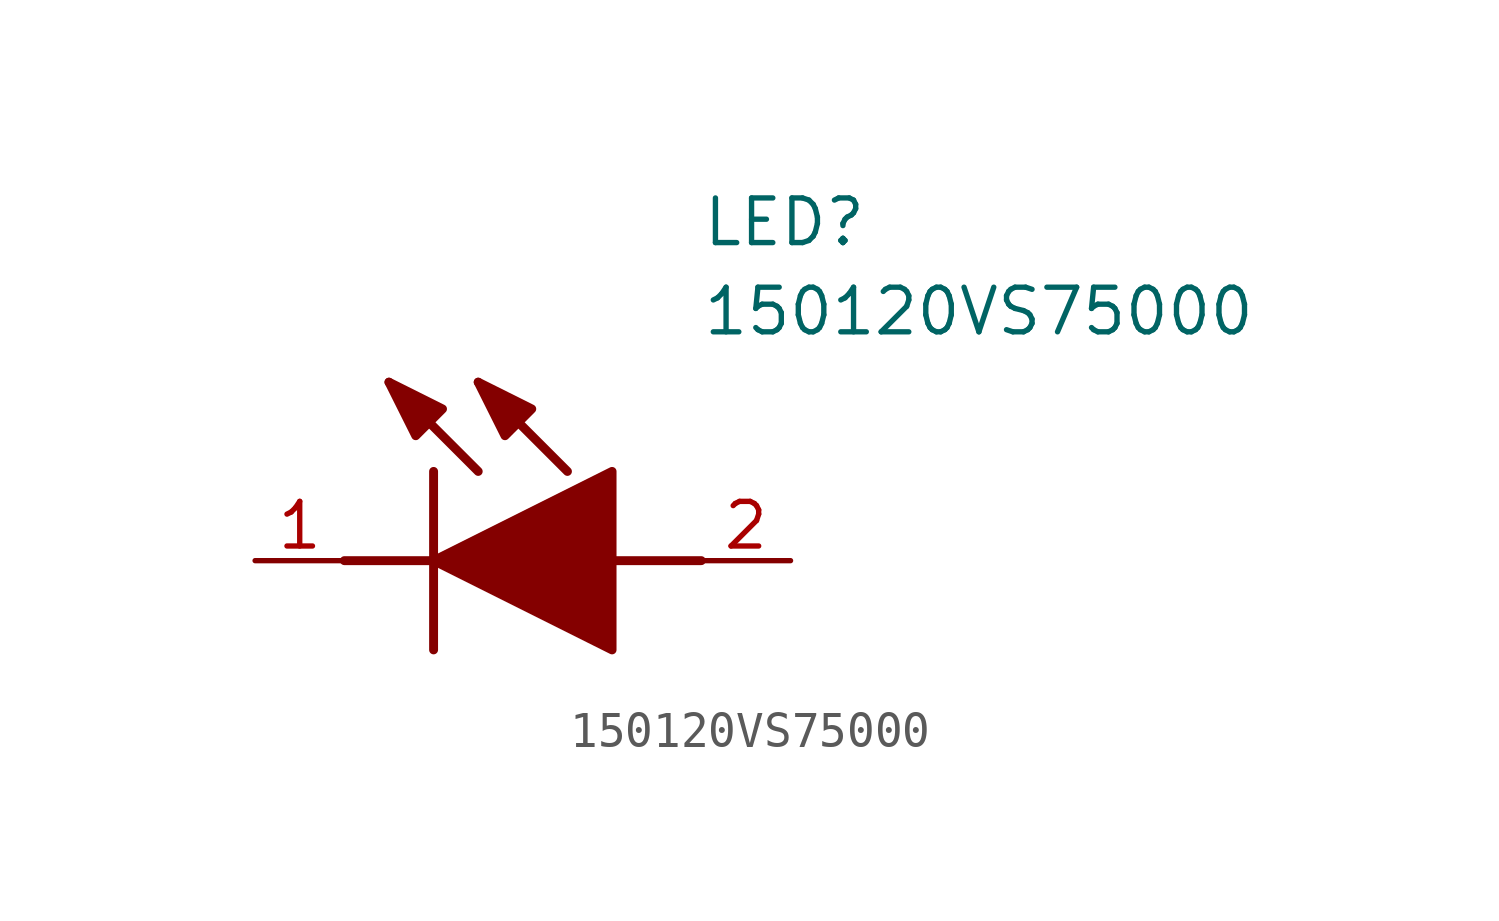
<source format=kicad_sym>
(kicad_symbol_lib
  (version 20211014)
  (generator SamacSys_ECAD_Model)
  (symbol "150120VS75000"
    (pin_names hide)
    (property "Reference" "LED"
      (at 12.7 8.89 0)
      (effects (font (size 1.27 1.27)) (justify left bottom)))
    (property "Value" "150120VS75000"
      (at 12.7 6.35 0)
      (effects (font (size 1.27 1.27)) (justify left bottom)))
    (polyline
      (pts (xy 5.08 2.54) (xy 5.08 -2.54))
      (stroke (width 0.254) (type default))
      (fill (type none)))
    (polyline
      (pts (xy 6.35 2.54) (xy 3.81 5.08))
      (stroke (width 0.254) (type default))
      (fill (type none)))
    (polyline
      (pts (xy 8.89 2.54) (xy 6.35 5.08))
      (stroke (width 0.254) (type default))
      (fill (type none)))
    (polyline
      (pts (xy 2.54 0) (xy 5.08 0))
      (stroke (width 0.254) (type default))
      (fill (type none)))
    (polyline
      (pts (xy 10.16 0) (xy 12.7 0))
      (stroke (width 0.254) (type default))
      (fill (type none)))
    (polyline
      (pts (xy 5.08 0) (xy 10.16 2.54) (xy 10.16 -2.54) (xy 5.08 0))
      (stroke (width 0.254) (type default))
      (fill (type outline)))
    (polyline
      (pts (xy 5.334 4.318) (xy 4.572 3.556) (xy 3.81 5.08) (xy 5.334 4.318))
      (stroke (width 0.254) (type default))
      (fill (type outline)))
    (polyline
      (pts (xy 7.874 4.318) (xy 7.112 3.556) (xy 6.35 5.08) (xy 7.874 4.318))
      (stroke (width 0.254) (type default))
      (fill (type outline)))
    (pin passive line
      (at 0 0 0)
      (length 2.54)
      (name "K" (effects (font (size 1.27 1.27))))
      (number "1" (effects (font (size 1.27 1.27)))))
    (pin passive line
      (at 15.24 0 180)
      (length 2.54)
      (name "A" (effects (font (size 1.27 1.27))))
      (number "2" (effects (font (size 1.27 1.27)))))))
</source>
